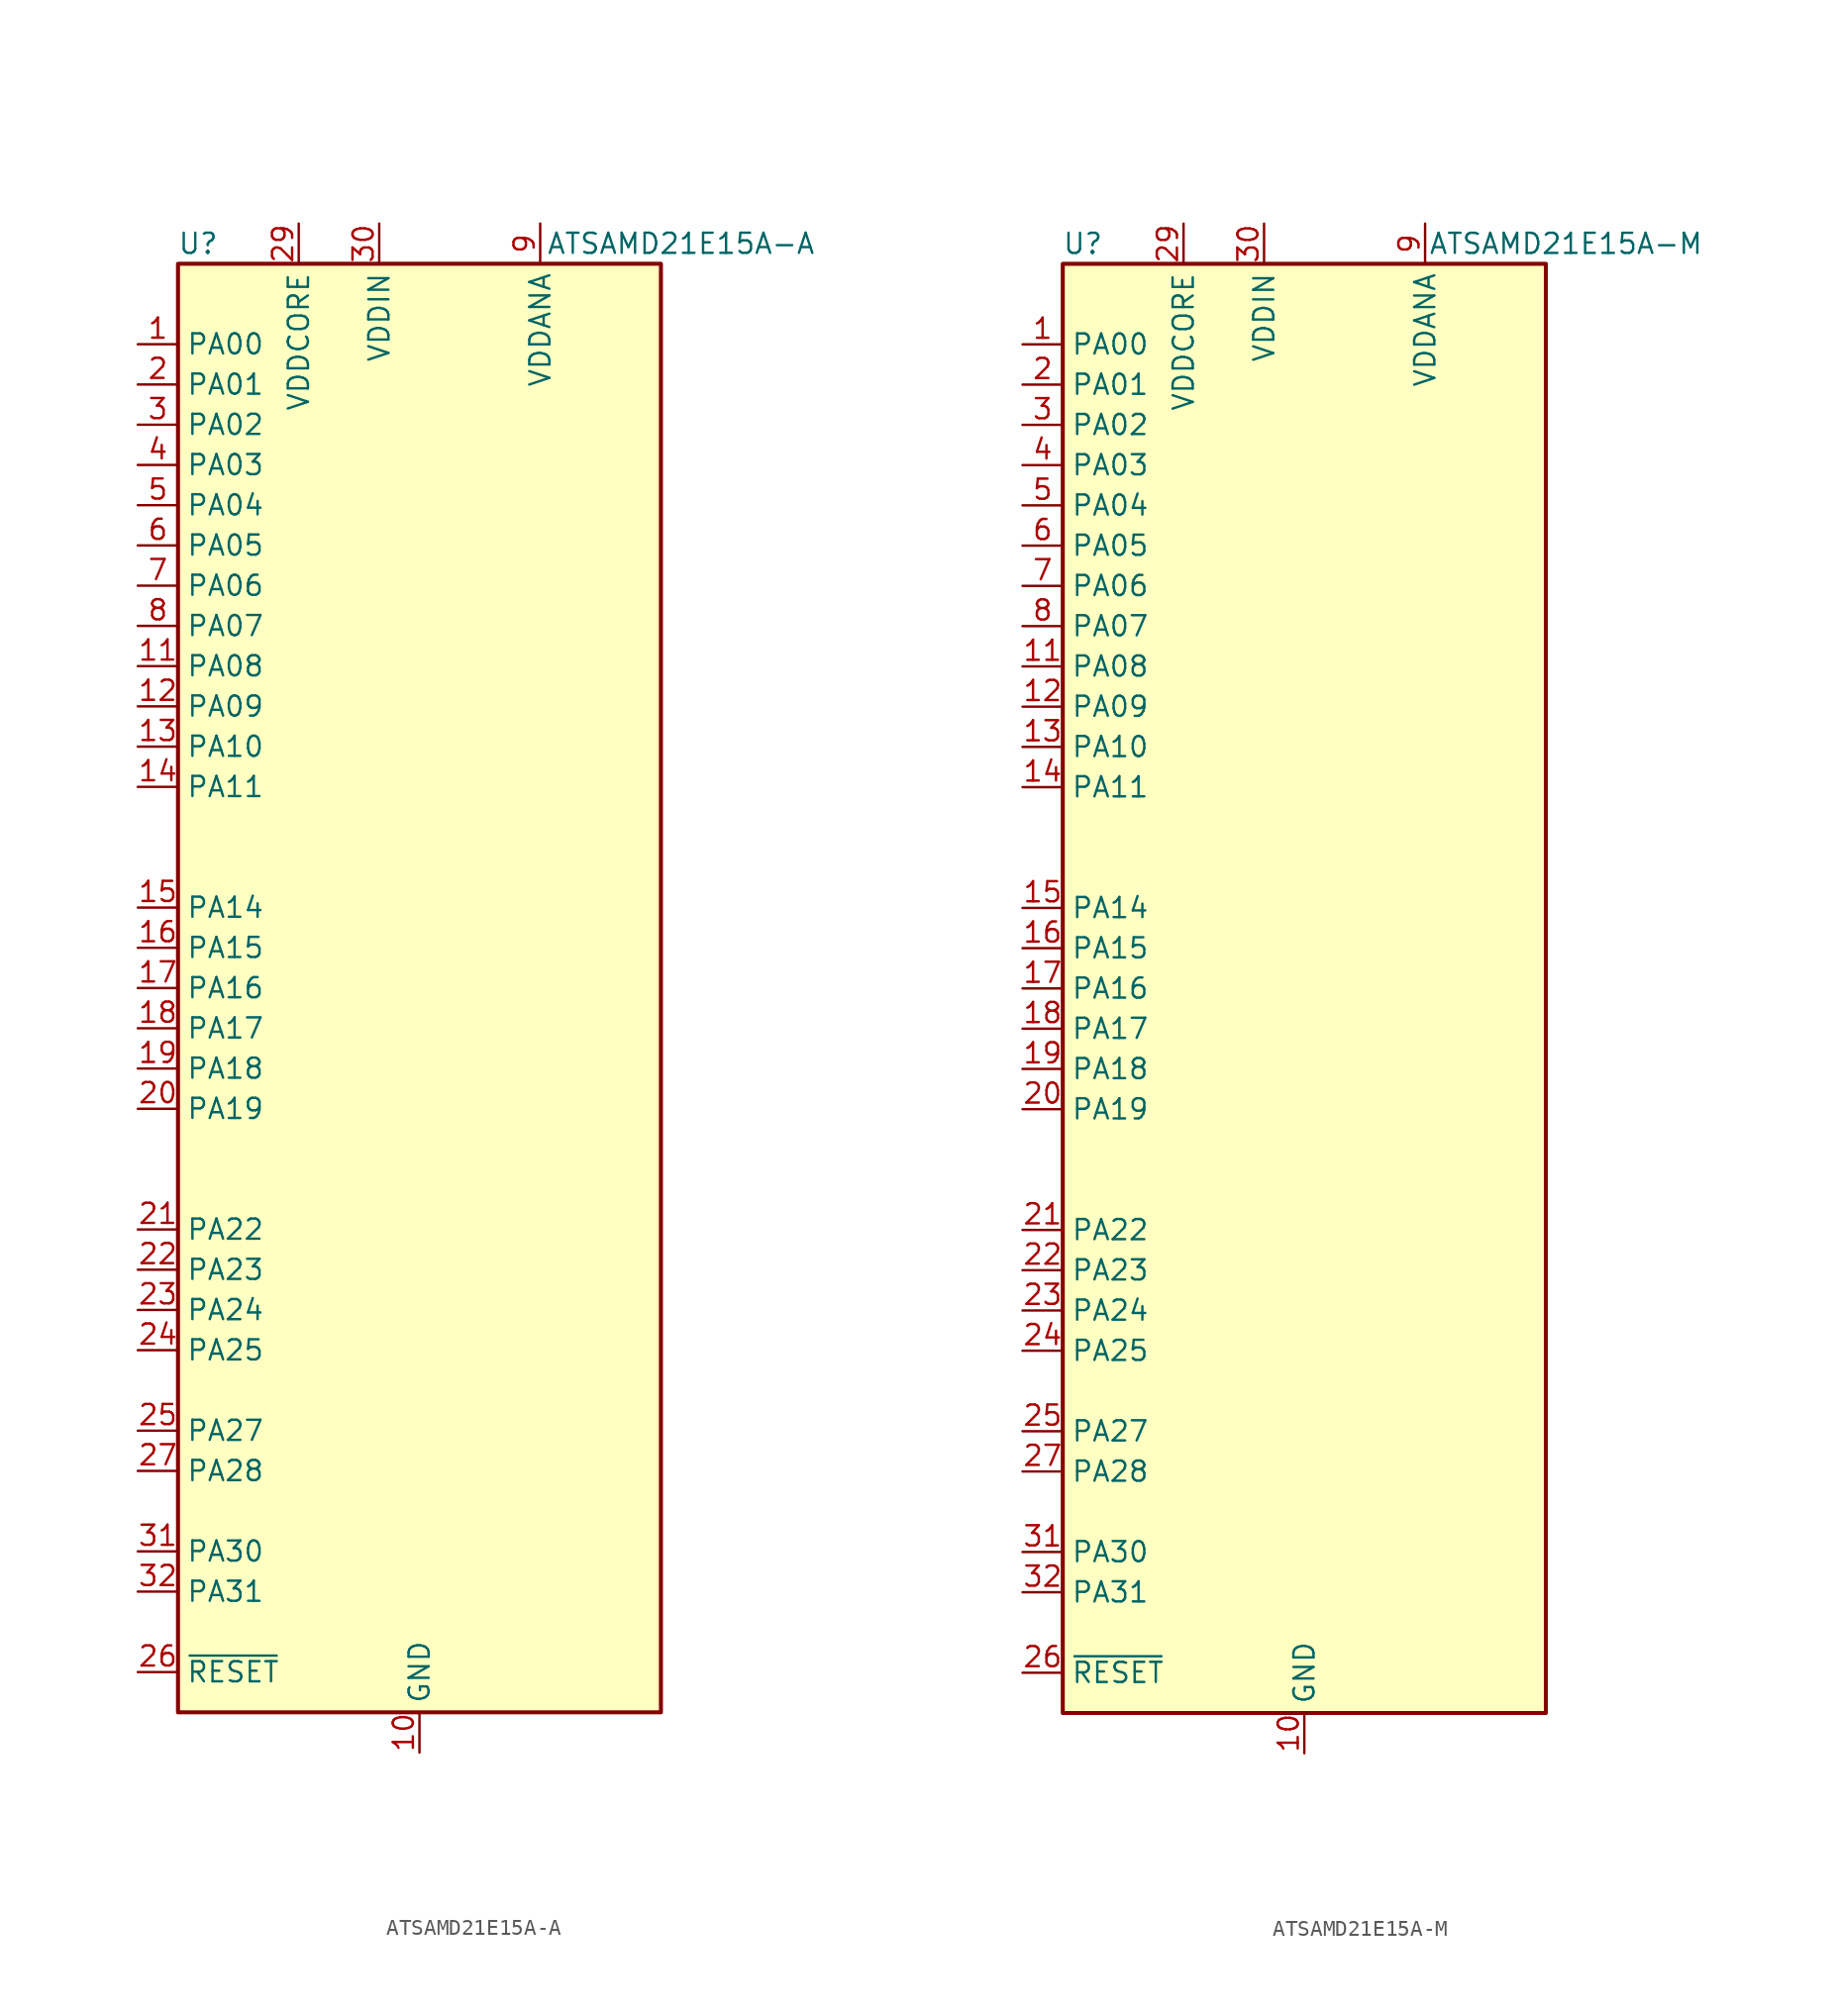
<source format=kicad_sym>
(kicad_symbol_lib
  (version 20201005)
  (generator kicad_symbol_editor)
  (symbol "ATSAMD21E15A-A"
    (property "Reference" "U"
      (at -13.97 46.99 0)
      (effects (font (size 1.27 1.27))))
    (property "Value" "ATSAMD21E15A-A"
      (at 16.51 46.99 0)
      (effects (font (size 1.27 1.27))))
    (symbol "ATSAMD21E15A-A_1_1"
      (rectangle (start -15.24 45.72) (end 15.24 -45.72) (stroke (width 0.254)) (fill (type background)))
      (pin bidirectional line (at -17.78 40.64 0) (length 2.54) (name "PA00" (effects (font (size 1.27 1.27)))) (number "1" (effects (font (size 1.27 1.27)))))
      (pin power_in line (at 0 -48.26 90) (length 2.54) (name "GND" (effects (font (size 1.27 1.27)))) (number "10" (effects (font (size 1.27 1.27)))))
      (pin bidirectional line (at -17.78 20.32 0) (length 2.54) (name "PA08" (effects (font (size 1.27 1.27)))) (number "11" (effects (font (size 1.27 1.27)))))
      (pin bidirectional line (at -17.78 17.78 0) (length 2.54) (name "PA09" (effects (font (size 1.27 1.27)))) (number "12" (effects (font (size 1.27 1.27)))))
      (pin bidirectional line (at -17.78 15.24 0) (length 2.54) (name "PA10" (effects (font (size 1.27 1.27)))) (number "13" (effects (font (size 1.27 1.27)))))
      (pin bidirectional line (at -17.78 12.7 0) (length 2.54) (name "PA11" (effects (font (size 1.27 1.27)))) (number "14" (effects (font (size 1.27 1.27)))))
      (pin bidirectional line (at -17.78 5.08 0) (length 2.54) (name "PA14" (effects (font (size 1.27 1.27)))) (number "15" (effects (font (size 1.27 1.27)))))
      (pin bidirectional line (at -17.78 2.54 0) (length 2.54) (name "PA15" (effects (font (size 1.27 1.27)))) (number "16" (effects (font (size 1.27 1.27)))))
      (pin bidirectional line (at -17.78 0 0) (length 2.54) (name "PA16" (effects (font (size 1.27 1.27)))) (number "17" (effects (font (size 1.27 1.27)))))
      (pin bidirectional line (at -17.78 -2.54 0) (length 2.54) (name "PA17" (effects (font (size 1.27 1.27)))) (number "18" (effects (font (size 1.27 1.27)))))
      (pin bidirectional line (at -17.78 -5.08 0) (length 2.54) (name "PA18" (effects (font (size 1.27 1.27)))) (number "19" (effects (font (size 1.27 1.27)))))
      (pin bidirectional line (at -17.78 38.1 0) (length 2.54) (name "PA01" (effects (font (size 1.27 1.27)))) (number "2" (effects (font (size 1.27 1.27)))))
      (pin bidirectional line (at -17.78 -7.62 0) (length 2.54) (name "PA19" (effects (font (size 1.27 1.27)))) (number "20" (effects (font (size 1.27 1.27)))))
      (pin bidirectional line (at -17.78 -15.24 0) (length 2.54) (name "PA22" (effects (font (size 1.27 1.27)))) (number "21" (effects (font (size 1.27 1.27)))))
      (pin bidirectional line (at -17.78 -17.78 0) (length 2.54) (name "PA23" (effects (font (size 1.27 1.27)))) (number "22" (effects (font (size 1.27 1.27)))))
      (pin bidirectional line (at -17.78 -20.32 0) (length 2.54) (name "PA24" (effects (font (size 1.27 1.27)))) (number "23" (effects (font (size 1.27 1.27)))))
      (pin bidirectional line (at -17.78 -22.86 0) (length 2.54) (name "PA25" (effects (font (size 1.27 1.27)))) (number "24" (effects (font (size 1.27 1.27)))))
      (pin bidirectional line (at -17.78 -27.94 0) (length 2.54) (name "PA27" (effects (font (size 1.27 1.27)))) (number "25" (effects (font (size 1.27 1.27)))))
      (pin input line (at -17.78 -43.18 0) (length 2.54) (name "~RESET" (effects (font (size 1.27 1.27)))) (number "26" (effects (font (size 1.27 1.27)))))
      (pin bidirectional line (at -17.78 -30.48 0) (length 2.54) (name "PA28" (effects (font (size 1.27 1.27)))) (number "27" (effects (font (size 1.27 1.27)))))
      (pin passive line (at 0 -48.26 90) (length 2.54) hide (name "GND" (effects (font (size 1.27 1.27)))) (number "28" (effects (font (size 1.27 1.27)))))
      (pin power_out line (at -7.62 48.26 270) (length 2.54) (name "VDDCORE" (effects (font (size 1.27 1.27)))) (number "29" (effects (font (size 1.27 1.27)))))
      (pin bidirectional line (at -17.78 35.56 0) (length 2.54) (name "PA02" (effects (font (size 1.27 1.27)))) (number "3" (effects (font (size 1.27 1.27)))))
      (pin power_in line (at -2.54 48.26 270) (length 2.54) (name "VDDIN" (effects (font (size 1.27 1.27)))) (number "30" (effects (font (size 1.27 1.27)))))
      (pin bidirectional line (at -17.78 -35.56 0) (length 2.54) (name "PA30" (effects (font (size 1.27 1.27)))) (number "31" (effects (font (size 1.27 1.27)))))
      (pin bidirectional line (at -17.78 -38.1 0) (length 2.54) (name "PA31" (effects (font (size 1.27 1.27)))) (number "32" (effects (font (size 1.27 1.27)))))
      (pin bidirectional line (at -17.78 33.02 0) (length 2.54) (name "PA03" (effects (font (size 1.27 1.27)))) (number "4" (effects (font (size 1.27 1.27)))))
      (pin bidirectional line (at -17.78 30.48 0) (length 2.54) (name "PA04" (effects (font (size 1.27 1.27)))) (number "5" (effects (font (size 1.27 1.27)))))
      (pin bidirectional line (at -17.78 27.94 0) (length 2.54) (name "PA05" (effects (font (size 1.27 1.27)))) (number "6" (effects (font (size 1.27 1.27)))))
      (pin bidirectional line (at -17.78 25.4 0) (length 2.54) (name "PA06" (effects (font (size 1.27 1.27)))) (number "7" (effects (font (size 1.27 1.27)))))
      (pin bidirectional line (at -17.78 22.86 0) (length 2.54) (name "PA07" (effects (font (size 1.27 1.27)))) (number "8" (effects (font (size 1.27 1.27)))))
      (pin power_in line (at 7.62 48.26 270) (length 2.54) (name "VDDANA" (effects (font (size 1.27 1.27)))) (number "9" (effects (font (size 1.27 1.27)))))))
  (symbol "ATSAMD21E15A-M"
    (property "Reference" "U"
      (at -13.97 46.99 0)
      (effects (font (size 1.27 1.27))))
    (property "Value" "ATSAMD21E15A-M"
      (at 16.51 46.99 0)
      (effects (font (size 1.27 1.27))))
    (symbol "ATSAMD21E15A-M_1_1"
      (rectangle (start -15.24 45.72) (end 15.24 -45.72) (stroke (width 0.254)) (fill (type background)))
      (pin bidirectional line (at -17.78 40.64 0) (length 2.54) (name "PA00" (effects (font (size 1.27 1.27)))) (number "1" (effects (font (size 1.27 1.27)))))
      (pin power_in line (at 0 -48.26 90) (length 2.54) (name "GND" (effects (font (size 1.27 1.27)))) (number "10" (effects (font (size 1.27 1.27)))))
      (pin bidirectional line (at -17.78 20.32 0) (length 2.54) (name "PA08" (effects (font (size 1.27 1.27)))) (number "11" (effects (font (size 1.27 1.27)))))
      (pin bidirectional line (at -17.78 17.78 0) (length 2.54) (name "PA09" (effects (font (size 1.27 1.27)))) (number "12" (effects (font (size 1.27 1.27)))))
      (pin bidirectional line (at -17.78 15.24 0) (length 2.54) (name "PA10" (effects (font (size 1.27 1.27)))) (number "13" (effects (font (size 1.27 1.27)))))
      (pin bidirectional line (at -17.78 12.7 0) (length 2.54) (name "PA11" (effects (font (size 1.27 1.27)))) (number "14" (effects (font (size 1.27 1.27)))))
      (pin bidirectional line (at -17.78 5.08 0) (length 2.54) (name "PA14" (effects (font (size 1.27 1.27)))) (number "15" (effects (font (size 1.27 1.27)))))
      (pin bidirectional line (at -17.78 2.54 0) (length 2.54) (name "PA15" (effects (font (size 1.27 1.27)))) (number "16" (effects (font (size 1.27 1.27)))))
      (pin bidirectional line (at -17.78 0 0) (length 2.54) (name "PA16" (effects (font (size 1.27 1.27)))) (number "17" (effects (font (size 1.27 1.27)))))
      (pin bidirectional line (at -17.78 -2.54 0) (length 2.54) (name "PA17" (effects (font (size 1.27 1.27)))) (number "18" (effects (font (size 1.27 1.27)))))
      (pin bidirectional line (at -17.78 -5.08 0) (length 2.54) (name "PA18" (effects (font (size 1.27 1.27)))) (number "19" (effects (font (size 1.27 1.27)))))
      (pin bidirectional line (at -17.78 38.1 0) (length 2.54) (name "PA01" (effects (font (size 1.27 1.27)))) (number "2" (effects (font (size 1.27 1.27)))))
      (pin bidirectional line (at -17.78 -7.62 0) (length 2.54) (name "PA19" (effects (font (size 1.27 1.27)))) (number "20" (effects (font (size 1.27 1.27)))))
      (pin bidirectional line (at -17.78 -15.24 0) (length 2.54) (name "PA22" (effects (font (size 1.27 1.27)))) (number "21" (effects (font (size 1.27 1.27)))))
      (pin bidirectional line (at -17.78 -17.78 0) (length 2.54) (name "PA23" (effects (font (size 1.27 1.27)))) (number "22" (effects (font (size 1.27 1.27)))))
      (pin bidirectional line (at -17.78 -20.32 0) (length 2.54) (name "PA24" (effects (font (size 1.27 1.27)))) (number "23" (effects (font (size 1.27 1.27)))))
      (pin bidirectional line (at -17.78 -22.86 0) (length 2.54) (name "PA25" (effects (font (size 1.27 1.27)))) (number "24" (effects (font (size 1.27 1.27)))))
      (pin bidirectional line (at -17.78 -27.94 0) (length 2.54) (name "PA27" (effects (font (size 1.27 1.27)))) (number "25" (effects (font (size 1.27 1.27)))))
      (pin input line (at -17.78 -43.18 0) (length 2.54) (name "~RESET" (effects (font (size 1.27 1.27)))) (number "26" (effects (font (size 1.27 1.27)))))
      (pin bidirectional line (at -17.78 -30.48 0) (length 2.54) (name "PA28" (effects (font (size 1.27 1.27)))) (number "27" (effects (font (size 1.27 1.27)))))
      (pin passive line (at 0 -48.26 90) (length 2.54) hide (name "GND" (effects (font (size 1.27 1.27)))) (number "28" (effects (font (size 1.27 1.27)))))
      (pin power_out line (at -7.62 48.26 270) (length 2.54) (name "VDDCORE" (effects (font (size 1.27 1.27)))) (number "29" (effects (font (size 1.27 1.27)))))
      (pin bidirectional line (at -17.78 35.56 0) (length 2.54) (name "PA02" (effects (font (size 1.27 1.27)))) (number "3" (effects (font (size 1.27 1.27)))))
      (pin power_in line (at -2.54 48.26 270) (length 2.54) (name "VDDIN" (effects (font (size 1.27 1.27)))) (number "30" (effects (font (size 1.27 1.27)))))
      (pin bidirectional line (at -17.78 -35.56 0) (length 2.54) (name "PA30" (effects (font (size 1.27 1.27)))) (number "31" (effects (font (size 1.27 1.27)))))
      (pin bidirectional line (at -17.78 -38.1 0) (length 2.54) (name "PA31" (effects (font (size 1.27 1.27)))) (number "32" (effects (font (size 1.27 1.27)))))
      (pin no_connect line (at 15.24 -43.18 180) (length 2.54) hide (name "EP" (effects (font (size 1.27 1.27)))) (number "33" (effects (font (size 1.27 1.27)))))
      (pin bidirectional line (at -17.78 33.02 0) (length 2.54) (name "PA03" (effects (font (size 1.27 1.27)))) (number "4" (effects (font (size 1.27 1.27)))))
      (pin bidirectional line (at -17.78 30.48 0) (length 2.54) (name "PA04" (effects (font (size 1.27 1.27)))) (number "5" (effects (font (size 1.27 1.27)))))
      (pin bidirectional line (at -17.78 27.94 0) (length 2.54) (name "PA05" (effects (font (size 1.27 1.27)))) (number "6" (effects (font (size 1.27 1.27)))))
      (pin bidirectional line (at -17.78 25.4 0) (length 2.54) (name "PA06" (effects (font (size 1.27 1.27)))) (number "7" (effects (font (size 1.27 1.27)))))
      (pin bidirectional line (at -17.78 22.86 0) (length 2.54) (name "PA07" (effects (font (size 1.27 1.27)))) (number "8" (effects (font (size 1.27 1.27)))))
      (pin power_in line (at 7.62 48.26 270) (length 2.54) (name "VDDANA" (effects (font (size 1.27 1.27)))) (number "9" (effects (font (size 1.27 1.27))))))))
</source>
